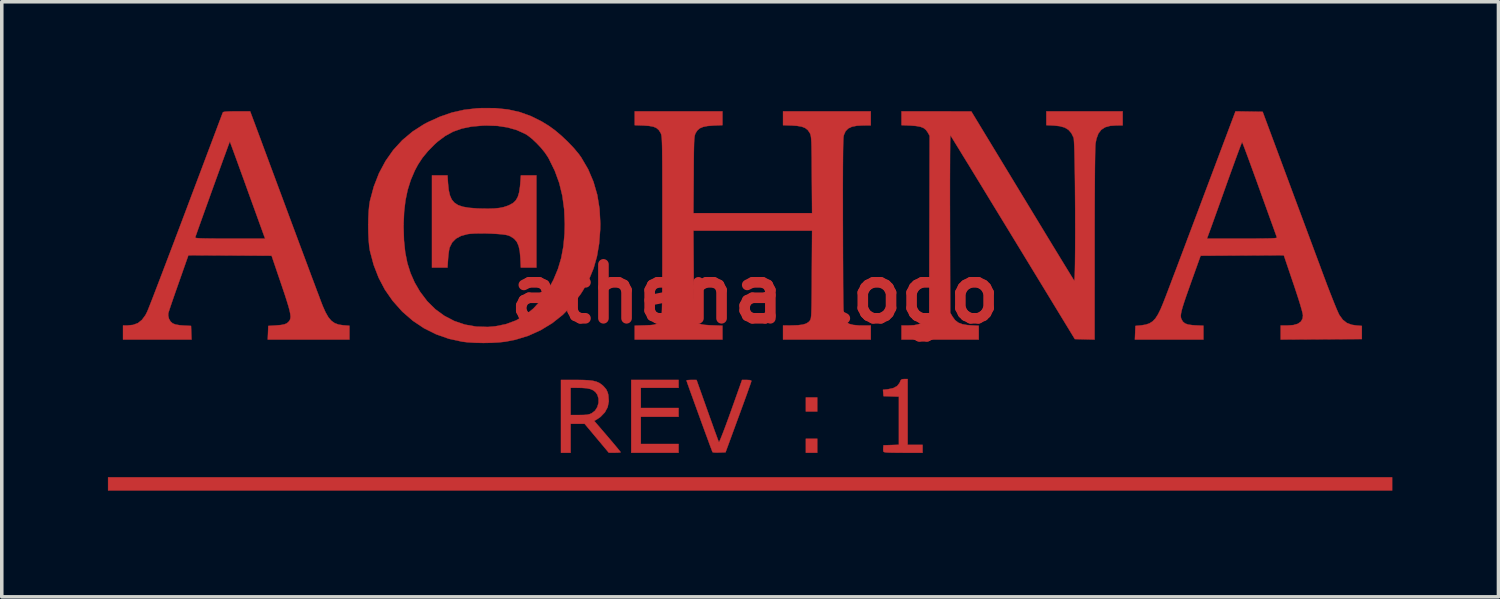
<source format=kicad_pcb>
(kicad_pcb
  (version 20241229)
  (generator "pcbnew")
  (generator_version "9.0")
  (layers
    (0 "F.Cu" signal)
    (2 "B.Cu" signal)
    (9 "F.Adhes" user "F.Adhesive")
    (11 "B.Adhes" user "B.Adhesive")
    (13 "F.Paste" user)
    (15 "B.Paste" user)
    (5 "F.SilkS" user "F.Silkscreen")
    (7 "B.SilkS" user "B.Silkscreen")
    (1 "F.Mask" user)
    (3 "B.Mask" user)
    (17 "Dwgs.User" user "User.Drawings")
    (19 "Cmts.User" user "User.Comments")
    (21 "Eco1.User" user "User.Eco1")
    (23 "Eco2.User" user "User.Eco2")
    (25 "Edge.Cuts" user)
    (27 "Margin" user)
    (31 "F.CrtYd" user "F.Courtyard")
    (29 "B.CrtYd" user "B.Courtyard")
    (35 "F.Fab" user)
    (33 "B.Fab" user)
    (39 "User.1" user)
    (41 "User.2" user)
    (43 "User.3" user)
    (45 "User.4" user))
  (footprint "athena logo"
    (layer "F.Cu")
    (at 18.286 5.256)
    (property "Reference" "athena logo" (at 0 0 0) (layer "F.Cu") (effects (font (size 1.524 1.524) (thickness 0.3))))
    (attr through_hole)
    (fp_poly (pts (xy 1.761 3.324) (xy 1.439 3.324) (xy 1.439 2.927) (xy 1.761 2.927) (xy 1.761 3.324)) (stroke (width 0.01) (type solid)) (fill yes) (layer "F.Cu"))
    (fp_poly (pts (xy 1.761 4.49) (xy 1.439 4.49) (xy 1.439 4.093) (xy 1.761 4.093) (xy 1.761 4.49)) (stroke (width 0.01) (type solid)) (fill yes) (layer "F.Cu"))
    (fp_poly (pts (xy 18.008 5.556) (xy -18.281 5.556) (xy -18.281 5.184) (xy 18.008 5.184) (xy 18.008 5.556)) (stroke (width 0.01) (type solid)) (fill yes) (layer "F.Cu"))
    (fp_poly (pts (xy -2.158 2.654) (xy -3.225 2.654) (xy -3.225 3.225) (xy -2.158 3.225) (xy -2.158 3.473) (xy -3.225 3.473) (xy -3.225 4.242) (xy -2.158 4.242) (xy -2.158 4.49) (xy -3.497 4.49) (xy -3.497 2.431) (xy -2.158 2.431) (xy -2.158 2.654)) (stroke (width 0.01) (type solid)) (fill yes) (layer "F.Cu"))
    (fp_poly (pts (xy 4.316 4.266) (xy 4.738 4.266) (xy 4.738 4.49) (xy 4.191 4.49) (xy 4.008 4.489) (xy 3.868 4.487) (xy 3.767 4.484) (xy 3.698 4.479) (xy 3.656 4.471) (xy 3.635 4.461) (xy 3.631 4.455) (xy 3.624 4.405) (xy 3.626 4.349) (xy 3.634 4.279) (xy 4.068 4.264) (xy 4.068 2.904) (xy 3.634 2.89) (xy 3.626 2.8) (xy 3.619 2.71) (xy 3.763 2.694) (xy 3.911 2.662) (xy 4.018 2.604) (xy 4.085 2.52) (xy 4.096 2.495) (xy 4.122 2.436) (xy 4.158 2.411) (xy 4.222 2.406) (xy 4.316 2.406) (xy 4.316 4.266)) (stroke (width 0.01) (type solid)) (fill yes) (layer "F.Cu"))
    (fp_poly (pts (xy -8.674 -3.119) (xy -8.655 -2.935) (xy -8.621 -2.786) (xy -8.569 -2.667) (xy -8.493 -2.576) (xy -8.389 -2.509) (xy -8.252 -2.463) (xy -8.077 -2.433) (xy -7.86 -2.416) (xy -7.751 -2.412) (xy -7.54 -2.409) (xy -7.369 -2.414) (xy -7.227 -2.428) (xy -7.106 -2.452) (xy -6.996 -2.488) (xy -6.93 -2.516) (xy -6.832 -2.572) (xy -6.758 -2.644) (xy -6.703 -2.74) (xy -6.665 -2.866) (xy -6.64 -3.029) (xy -6.631 -3.132) (xy -6.615 -3.349) (xy -6.176 -3.349) (xy -6.176 -0.744) (xy -6.616 -0.744) (xy -6.629 -1.012) (xy -6.646 -1.205) (xy -6.679 -1.356) (xy -6.731 -1.473) (xy -6.807 -1.56) (xy -6.909 -1.626) (xy -6.971 -1.652) (xy -7.042 -1.669) (xy -7.152 -1.684) (xy -7.29 -1.695) (xy -7.447 -1.704) (xy -7.611 -1.709) (xy -7.773 -1.71) (xy -7.921 -1.707) (xy -8.045 -1.699) (xy -8.124 -1.689) (xy -8.307 -1.639) (xy -8.451 -1.561) (xy -8.556 -1.455) (xy -8.625 -1.318) (xy -8.633 -1.293) (xy -8.646 -1.227) (xy -8.66 -1.129) (xy -8.671 -1.016) (xy -8.674 -0.974) (xy -8.689 -0.744) (xy -9.128 -0.744) (xy -9.128 -3.349) (xy -8.689 -3.349) (xy -8.674 -3.119)) (stroke (width 0.01) (type solid)) (fill yes) (layer "F.Cu"))
    (fp_poly (pts (xy -4.864 2.433) (xy -4.704 2.441) (xy -4.579 2.456) (xy -4.48 2.481) (xy -4.399 2.516) (xy -4.329 2.565) (xy -4.276 2.613) (xy -4.205 2.695) (xy -4.164 2.78) (xy -4.144 2.855) (xy -4.13 3.034) (xy -4.162 3.199) (xy -4.24 3.346) (xy -4.363 3.474) (xy -4.46 3.541) (xy -4.542 3.59) (xy -4.168 4.025) (xy -4.062 4.15) (xy -3.968 4.261) (xy -3.89 4.355) (xy -3.832 4.425) (xy -3.8 4.466) (xy -3.795 4.475) (xy -3.818 4.482) (xy -3.877 4.487) (xy -3.961 4.489) (xy -3.963 4.489) (xy -4.13 4.488) (xy -4.814 3.671) (xy -5.209 3.671) (xy -5.209 4.49) (xy -5.482 4.49) (xy -5.482 3.423) (xy -5.209 3.423) (xy -4.96 3.423) (xy -4.834 3.421) (xy -4.743 3.414) (xy -4.675 3.399) (xy -4.616 3.374) (xy -4.611 3.372) (xy -4.519 3.3) (xy -4.455 3.199) (xy -4.421 3.082) (xy -4.42 2.962) (xy -4.453 2.85) (xy -4.507 2.774) (xy -4.572 2.723) (xy -4.653 2.688) (xy -4.759 2.666) (xy -4.899 2.656) (xy -4.992 2.655) (xy -5.209 2.654) (xy -5.209 3.423) (xy -5.482 3.423) (xy -5.482 2.431) (xy -5.065 2.431) (xy -4.864 2.433)) (stroke (width 0.01) (type solid)) (fill yes) (layer "F.Cu"))
    (fp_poly (pts (xy -0.145 2.436) (xy -0.104 2.451) (xy -0.101 2.462) (xy -0.109 2.491) (xy -0.133 2.562) (xy -0.171 2.669) (xy -0.22 2.808) (xy -0.28 2.974) (xy -0.348 3.161) (xy -0.423 3.365) (xy -0.467 3.485) (xy -0.831 4.477) (xy -1.009 4.484) (xy -1.097 4.486) (xy -1.165 4.481) (xy -1.198 4.473) (xy -1.198 4.472) (xy -1.21 4.444) (xy -1.235 4.376) (xy -1.274 4.274) (xy -1.322 4.142) (xy -1.379 3.988) (xy -1.442 3.816) (xy -1.509 3.633) (xy -1.577 3.445) (xy -1.645 3.257) (xy -1.711 3.076) (xy -1.772 2.906) (xy -1.827 2.755) (xy -1.872 2.628) (xy -1.907 2.53) (xy -1.928 2.468) (xy -1.935 2.447) (xy -1.912 2.438) (xy -1.854 2.433) (xy -1.792 2.431) (xy -1.65 2.432) (xy -1.343 3.296) (xy -1.273 3.493) (xy -1.207 3.676) (xy -1.149 3.84) (xy -1.098 3.978) (xy -1.059 4.086) (xy -1.031 4.158) (xy -1.019 4.189) (xy -1.019 4.189) (xy -1.007 4.174) (xy -0.98 4.116) (xy -0.941 4.02) (xy -0.891 3.892) (xy -0.832 3.736) (xy -0.766 3.557) (xy -0.695 3.36) (xy -0.682 3.325) (xy -0.364 2.431) (xy -0.232 2.431) (xy -0.145 2.436)) (stroke (width 0.01) (type solid)) (fill yes) (layer "F.Cu"))
    (fp_poly (pts (xy 10.393 -4.763) (xy 10.226 -4.762) (xy 10.042 -4.75) (xy 9.897 -4.71) (xy 9.787 -4.638) (xy 9.706 -4.532) (xy 9.652 -4.386) (xy 9.625 -4.249) (xy 9.621 -4.197) (xy 9.617 -4.098) (xy 9.614 -3.954) (xy 9.611 -3.767) (xy 9.608 -3.539) (xy 9.606 -3.274) (xy 9.604 -2.973) (xy 9.602 -2.638) (xy 9.601 -2.272) (xy 9.6 -1.877) (xy 9.6 -1.455) (xy 9.6 -1.394) (xy 9.599 1.291) (xy 9.32 1.284) (xy 9.041 1.277) (xy 7.293 -1.592) (xy 7.082 -1.938) (xy 6.878 -2.272) (xy 6.683 -2.591) (xy 6.498 -2.895) (xy 6.325 -3.179) (xy 6.164 -3.442) (xy 6.018 -3.681) (xy 5.887 -3.893) (xy 5.775 -4.077) (xy 5.681 -4.229) (xy 5.608 -4.348) (xy 5.557 -4.43) (xy 5.529 -4.474) (xy 5.525 -4.481) (xy 5.522 -4.459) (xy 5.52 -4.391) (xy 5.517 -4.28) (xy 5.516 -4.129) (xy 5.514 -3.942) (xy 5.513 -3.721) (xy 5.512 -3.47) (xy 5.511 -3.193) (xy 5.511 -2.892) (xy 5.511 -2.571) (xy 5.512 -2.232) (xy 5.512 -1.983) (xy 5.519 0.533) (xy 5.585 0.645) (xy 5.656 0.742) (xy 5.744 0.811) (xy 5.857 0.856) (xy 6.005 0.881) (xy 6.093 0.888) (xy 6.325 0.9) (xy 6.325 1.29) (xy 4.142 1.29) (xy 4.142 0.893) (xy 4.322 0.893) (xy 4.493 0.885) (xy 4.624 0.858) (xy 4.726 0.808) (xy 4.807 0.73) (xy 4.87 0.633) (xy 4.924 0.533) (xy 4.931 -1.968) (xy 4.937 -4.468) (xy 4.883 -4.565) (xy 4.831 -4.637) (xy 4.765 -4.689) (xy 4.674 -4.724) (xy 4.551 -4.746) (xy 4.397 -4.758) (xy 4.142 -4.769) (xy 4.142 -5.159) (xy 5.128 -5.159) (xy 6.114 -5.158) (xy 7.553 -2.787) (xy 7.744 -2.472) (xy 7.928 -2.169) (xy 8.103 -1.881) (xy 8.268 -1.609) (xy 8.421 -1.357) (xy 8.561 -1.128) (xy 8.685 -0.924) (xy 8.793 -0.748) (xy 8.882 -0.602) (xy 8.951 -0.49) (xy 8.997 -0.415) (xy 9.021 -0.378) (xy 9.023 -0.375) (xy 9.029 -0.391) (xy 9.034 -0.451) (xy 9.039 -0.553) (xy 9.043 -0.691) (xy 9.046 -0.861) (xy 9.048 -1.059) (xy 9.05 -1.28) (xy 9.051 -1.52) (xy 9.052 -1.775) (xy 9.051 -2.04) (xy 9.051 -2.31) (xy 9.049 -2.582) (xy 9.047 -2.851) (xy 9.045 -3.112) (xy 9.042 -3.362) (xy 9.038 -3.596) (xy 9.034 -3.809) (xy 9.03 -3.997) (xy 9.025 -4.156) (xy 9.019 -4.281) (xy 9.013 -4.368) (xy 9.007 -4.413) (xy 9.006 -4.415) (xy 8.941 -4.545) (xy 8.858 -4.639) (xy 8.751 -4.703) (xy 8.61 -4.741) (xy 8.452 -4.758) (xy 8.235 -4.769) (xy 8.235 -5.159) (xy 10.393 -5.159) (xy 10.393 -4.763)) (stroke (width 0.01) (type solid)) (fill yes) (layer "F.Cu"))
    (fp_poly (pts (xy -7.334 -5.249) (xy -6.979 -5.212) (xy -6.647 -5.138) (xy -6.33 -5.024) (xy -6.022 -4.87) (xy -5.82 -4.746) (xy -5.65 -4.622) (xy -5.471 -4.471) (xy -5.294 -4.304) (xy -5.129 -4.132) (xy -4.989 -3.966) (xy -4.911 -3.859) (xy -4.715 -3.524) (xy -4.564 -3.17) (xy -4.456 -2.797) (xy -4.392 -2.402) (xy -4.37 -1.984) (xy -4.374 -1.811) (xy -4.404 -1.419) (xy -4.465 -1.061) (xy -4.559 -0.727) (xy -4.688 -0.412) (xy -4.855 -0.106) (xy -4.929 0.009) (xy -5.162 0.316) (xy -5.431 0.59) (xy -5.73 0.827) (xy -6.056 1.025) (xy -6.405 1.183) (xy -6.774 1.296) (xy -7.051 1.35) (xy -7.233 1.37) (xy -7.447 1.382) (xy -7.676 1.386) (xy -7.903 1.381) (xy -8.112 1.369) (xy -8.272 1.35) (xy -8.65 1.268) (xy -9.011 1.141) (xy -9.352 0.971) (xy -9.669 0.759) (xy -9.956 0.51) (xy -9.982 0.484) (xy -10.241 0.192) (xy -10.458 -0.12) (xy -10.635 -0.456) (xy -10.776 -0.821) (xy -10.881 -1.216) (xy -10.902 -1.351) (xy -10.917 -1.522) (xy -10.926 -1.718) (xy -10.929 -1.885) (xy -9.93 -1.885) (xy -9.919 -1.512) (xy -9.884 -1.175) (xy -9.823 -0.869) (xy -9.734 -0.587) (xy -9.616 -0.32) (xy -9.466 -0.063) (xy -9.465 -0.062) (xy -9.262 0.207) (xy -9.031 0.435) (xy -8.774 0.622) (xy -8.495 0.767) (xy -8.196 0.868) (xy -7.879 0.924) (xy -7.548 0.934) (xy -7.342 0.916) (xy -7.037 0.855) (xy -6.756 0.751) (xy -6.497 0.604) (xy -6.261 0.413) (xy -6.046 0.177) (xy -5.853 -0.102) (xy -5.692 -0.405) (xy -5.567 -0.705) (xy -5.475 -1.014) (xy -5.414 -1.341) (xy -5.381 -1.696) (xy -5.374 -1.972) (xy -5.391 -2.388) (xy -5.443 -2.773) (xy -5.531 -3.135) (xy -5.658 -3.482) (xy -5.824 -3.819) (xy -5.853 -3.87) (xy -5.938 -3.996) (xy -6.047 -4.13) (xy -6.171 -4.262) (xy -6.299 -4.382) (xy -6.42 -4.477) (xy -6.492 -4.522) (xy -6.733 -4.631) (xy -6.992 -4.705) (xy -7.274 -4.748) (xy -7.587 -4.759) (xy -7.698 -4.756) (xy -8.007 -4.729) (xy -8.282 -4.673) (xy -8.529 -4.586) (xy -8.755 -4.463) (xy -8.968 -4.303) (xy -9.049 -4.23) (xy -9.24 -4.036) (xy -9.396 -3.847) (xy -9.524 -3.652) (xy -9.613 -3.485) (xy -9.728 -3.216) (xy -9.815 -2.938) (xy -9.877 -2.642) (xy -9.915 -2.32) (xy -9.93 -1.963) (xy -9.93 -1.885) (xy -10.929 -1.885) (xy -10.929 -1.926) (xy -10.926 -2.134) (xy -10.917 -2.329) (xy -10.901 -2.499) (xy -10.881 -2.626) (xy -10.772 -3.033) (xy -10.625 -3.41) (xy -10.441 -3.754) (xy -10.222 -4.066) (xy -9.967 -4.344) (xy -9.677 -4.587) (xy -9.355 -4.794) (xy -9.243 -4.853) (xy -8.9 -5.009) (xy -8.567 -5.124) (xy -8.229 -5.201) (xy -7.875 -5.243) (xy -7.719 -5.251) (xy -7.334 -5.249)) (stroke (width 0.01) (type solid)) (fill yes) (layer "F.Cu"))
    (fp_poly (pts (xy 14.349 -5.147) (xy 15.05 -3.262) (xy 15.169 -2.941) (xy 15.291 -2.613) (xy 15.414 -2.283) (xy 15.535 -1.958) (xy 15.652 -1.643) (xy 15.763 -1.345) (xy 15.865 -1.07) (xy 15.957 -0.824) (xy 16.035 -0.613) (xy 16.092 -0.46) (xy 16.17 -0.252) (xy 16.247 -0.052) (xy 16.32 0.133) (xy 16.385 0.296) (xy 16.441 0.432) (xy 16.486 0.534) (xy 16.516 0.597) (xy 16.52 0.602) (xy 16.615 0.732) (xy 16.728 0.821) (xy 16.867 0.873) (xy 16.989 0.891) (xy 17.152 0.905) (xy 17.152 1.277) (xy 14.858 1.29) (xy 14.858 0.893) (xy 15.045 0.893) (xy 15.216 0.881) (xy 15.345 0.844) (xy 15.432 0.781) (xy 15.479 0.692) (xy 15.488 0.607) (xy 15.479 0.552) (xy 15.454 0.454) (xy 15.415 0.317) (xy 15.362 0.146) (xy 15.296 -0.057) (xy 15.22 -0.286) (xy 15.216 -0.296) (xy 14.947 -1.092) (xy 12.595 -1.079) (xy 12.324 -0.322) (xy 12.241 -0.088) (xy 12.173 0.105) (xy 12.121 0.261) (xy 12.082 0.385) (xy 12.056 0.483) (xy 12.041 0.558) (xy 12.035 0.616) (xy 12.038 0.662) (xy 12.048 0.701) (xy 12.053 0.712) (xy 12.094 0.784) (xy 12.154 0.834) (xy 12.239 0.866) (xy 12.36 0.883) (xy 12.445 0.889) (xy 12.675 0.899) (xy 12.675 1.29) (xy 10.738 1.29) (xy 10.746 1.098) (xy 10.753 0.905) (xy 10.917 0.889) (xy 11.043 0.869) (xy 11.148 0.834) (xy 11.238 0.777) (xy 11.318 0.694) (xy 11.392 0.578) (xy 11.468 0.424) (xy 11.539 0.253) (xy 11.566 0.184) (xy 11.61 0.071) (xy 11.668 -0.081) (xy 11.739 -0.268) (xy 11.822 -0.488) (xy 11.917 -0.737) (xy 12.02 -1.011) (xy 12.132 -1.307) (xy 12.228 -1.563) (xy 12.775 -1.563) (xy 13.769 -1.563) (xy 14.027 -1.563) (xy 14.238 -1.564) (xy 14.408 -1.566) (xy 14.539 -1.568) (xy 14.635 -1.572) (xy 14.7 -1.577) (xy 14.738 -1.583) (xy 14.752 -1.591) (xy 14.752 -1.594) (xy 14.742 -1.622) (xy 14.716 -1.693) (xy 14.677 -1.802) (xy 14.626 -1.945) (xy 14.563 -2.118) (xy 14.492 -2.316) (xy 14.413 -2.535) (xy 14.328 -2.77) (xy 14.261 -2.958) (xy 14.173 -3.203) (xy 14.089 -3.433) (xy 14.012 -3.644) (xy 13.943 -3.833) (xy 13.883 -3.995) (xy 13.834 -4.126) (xy 13.797 -4.221) (xy 13.775 -4.277) (xy 13.768 -4.291) (xy 13.757 -4.268) (xy 13.731 -4.203) (xy 13.692 -4.1) (xy 13.641 -3.963) (xy 13.58 -3.797) (xy 13.511 -3.606) (xy 13.434 -3.394) (xy 13.352 -3.166) (xy 13.322 -3.082) (xy 13.237 -2.843) (xy 13.155 -2.613) (xy 13.078 -2.399) (xy 13.008 -2.204) (xy 12.947 -2.034) (xy 12.897 -1.895) (xy 12.859 -1.79) (xy 12.836 -1.726) (xy 12.832 -1.718) (xy 12.775 -1.563) (xy 12.228 -1.563) (xy 12.25 -1.621) (xy 12.374 -1.95) (xy 12.502 -2.29) (xy 12.627 -2.623) (xy 13.581 -5.159) (xy 14.349 -5.147)) (stroke (width 0.01) (type solid)) (fill yes) (layer "F.Cu"))
    (fp_poly (pts (xy -14.213 -5.017) (xy -14.197 -4.974) (xy -14.165 -4.889) (xy -14.118 -4.763) (xy -14.058 -4.601) (xy -13.985 -4.405) (xy -13.901 -4.178) (xy -13.807 -3.925) (xy -13.704 -3.647) (xy -13.593 -3.349) (xy -13.476 -3.034) (xy -13.353 -2.704) (xy -13.229 -2.369) (xy -13.102 -2.027) (xy -12.978 -1.695) (xy -12.86 -1.377) (xy -12.747 -1.075) (xy -12.642 -0.794) (xy -12.546 -0.535) (xy -12.459 -0.304) (xy -12.384 -0.103) (xy -12.32 0.065) (xy -12.271 0.197) (xy -12.236 0.288) (xy -12.218 0.335) (xy -12.137 0.518) (xy -12.057 0.658) (xy -11.972 0.759) (xy -11.876 0.827) (xy -11.764 0.868) (xy -11.633 0.887) (xy -11.46 0.9) (xy -11.46 1.29) (xy -13.769 1.29) (xy -13.761 1.098) (xy -13.754 0.905) (xy -13.531 0.891) (xy -13.395 0.879) (xy -13.298 0.86) (xy -13.23 0.832) (xy -13.181 0.789) (xy -13.16 0.763) (xy -13.14 0.728) (xy -13.128 0.685) (xy -13.125 0.632) (xy -13.133 0.562) (xy -13.151 0.472) (xy -13.182 0.356) (xy -13.227 0.209) (xy -13.285 0.027) (xy -13.36 -0.195) (xy -13.391 -0.287) (xy -13.66 -1.079) (xy -16.012 -1.092) (xy -16.289 -0.304) (xy -16.356 -0.114) (xy -16.418 0.064) (xy -16.473 0.223) (xy -16.519 0.358) (xy -16.553 0.462) (xy -16.575 0.53) (xy -16.581 0.552) (xy -16.581 0.621) (xy -16.562 0.699) (xy -16.56 0.705) (xy -16.517 0.779) (xy -16.458 0.832) (xy -16.373 0.866) (xy -16.252 0.886) (xy -16.162 0.893) (xy -15.937 0.905) (xy -15.93 1.098) (xy -15.923 1.29) (xy -17.859 1.29) (xy -17.859 0.893) (xy -17.742 0.893) (xy -17.575 0.876) (xy -17.438 0.825) (xy -17.324 0.734) (xy -17.226 0.601) (xy -17.181 0.513) (xy -17.161 0.467) (xy -17.125 0.377) (xy -17.074 0.248) (xy -17.009 0.081) (xy -16.932 -0.12) (xy -16.843 -0.352) (xy -16.744 -0.611) (xy -16.636 -0.895) (xy -16.52 -1.2) (xy -16.397 -1.523) (xy -16.371 -1.594) (xy -15.82 -1.594) (xy -15.813 -1.586) (xy -15.784 -1.579) (xy -15.729 -1.574) (xy -15.644 -1.57) (xy -15.526 -1.567) (xy -15.371 -1.565) (xy -15.174 -1.563) (xy -14.934 -1.563) (xy -14.836 -1.563) (xy -13.842 -1.563) (xy -13.869 -1.631) (xy -13.882 -1.667) (xy -13.91 -1.744) (xy -13.952 -1.86) (xy -14.006 -2.009) (xy -14.07 -2.186) (xy -14.143 -2.388) (xy -14.223 -2.609) (xy -14.309 -2.846) (xy -14.364 -2.999) (xy -14.451 -3.241) (xy -14.534 -3.468) (xy -14.609 -3.677) (xy -14.677 -3.863) (xy -14.735 -4.022) (xy -14.782 -4.15) (xy -14.816 -4.242) (xy -14.835 -4.295) (xy -14.84 -4.306) (xy -14.849 -4.284) (xy -14.873 -4.221) (xy -14.91 -4.121) (xy -14.958 -3.988) (xy -15.017 -3.828) (xy -15.083 -3.646) (xy -15.155 -3.447) (xy -15.232 -3.235) (xy -15.311 -3.016) (xy -15.391 -2.794) (xy -15.47 -2.573) (xy -15.547 -2.36) (xy -15.619 -2.159) (xy -15.685 -1.975) (xy -15.743 -1.812) (xy -15.791 -1.676) (xy -15.82 -1.594) (xy -16.371 -1.594) (xy -16.269 -1.862) (xy -16.137 -2.212) (xy -16.073 -2.381) (xy -15.941 -2.733) (xy -15.813 -3.072) (xy -15.691 -3.395) (xy -15.576 -3.7) (xy -15.47 -3.983) (xy -15.372 -4.242) (xy -15.285 -4.473) (xy -15.209 -4.675) (xy -15.146 -4.843) (xy -15.096 -4.975) (xy -15.061 -5.068) (xy -15.042 -5.119) (xy -15.038 -5.128) (xy -15.019 -5.141) (xy -14.969 -5.15) (xy -14.882 -5.156) (xy -14.755 -5.159) (xy -14.646 -5.159) (xy -14.266 -5.159) (xy -14.213 -5.017)) (stroke (width 0.01) (type solid)) (fill yes) (layer "F.Cu"))
    (fp_poly (pts (xy -0.918 -4.769) (xy -1.175 -4.758) (xy -1.34 -4.745) (xy -1.465 -4.72) (xy -1.557 -4.681) (xy -1.625 -4.623) (xy -1.673 -4.55) (xy -1.685 -4.525) (xy -1.695 -4.497) (xy -1.704 -4.462) (xy -1.71 -4.415) (xy -1.716 -4.351) (xy -1.72 -4.266) (xy -1.723 -4.155) (xy -1.726 -4.013) (xy -1.728 -3.836) (xy -1.73 -3.618) (xy -1.731 -3.367) (xy -1.739 -2.282) (xy 1.615 -2.282) (xy 1.607 -3.367) (xy 1.605 -3.628) (xy 1.604 -3.844) (xy 1.601 -4.02) (xy 1.599 -4.161) (xy 1.596 -4.271) (xy 1.591 -4.355) (xy 1.586 -4.417) (xy 1.579 -4.464) (xy 1.571 -4.498) (xy 1.561 -4.526) (xy 1.549 -4.55) (xy 1.494 -4.63) (xy 1.422 -4.687) (xy 1.325 -4.726) (xy 1.193 -4.749) (xy 1.048 -4.759) (xy 0.794 -4.768) (xy 0.794 -5.159) (xy 3.274 -5.159) (xy 3.274 -4.763) (xy 3.07 -4.762) (xy 2.884 -4.753) (xy 2.741 -4.725) (xy 2.635 -4.674) (xy 2.562 -4.599) (xy 2.516 -4.496) (xy 2.506 -4.457) (xy 2.501 -4.412) (xy 2.497 -4.328) (xy 2.493 -4.204) (xy 2.49 -4.038) (xy 2.488 -3.83) (xy 2.486 -3.578) (xy 2.485 -3.282) (xy 2.484 -2.941) (xy 2.485 -2.552) (xy 2.485 -2.115) (xy 2.486 -1.834) (xy 2.487 -1.426) (xy 2.488 -1.064) (xy 2.49 -0.746) (xy 2.491 -0.469) (xy 2.492 -0.23) (xy 2.494 -0.025) (xy 2.496 0.147) (xy 2.498 0.29) (xy 2.501 0.407) (xy 2.504 0.5) (xy 2.508 0.573) (xy 2.512 0.629) (xy 2.517 0.67) (xy 2.523 0.7) (xy 2.529 0.721) (xy 2.535 0.735) (xy 2.588 0.801) (xy 2.667 0.848) (xy 2.778 0.877) (xy 2.928 0.891) (xy 3.027 0.893) (xy 3.274 0.893) (xy 3.274 1.29) (xy 0.794 1.29) (xy 0.794 0.893) (xy 1.048 0.891) (xy 1.22 0.885) (xy 1.351 0.868) (xy 1.447 0.839) (xy 1.515 0.796) (xy 1.548 0.761) (xy 1.559 0.744) (xy 1.569 0.724) (xy 1.578 0.698) (xy 1.584 0.661) (xy 1.59 0.608) (xy 1.594 0.536) (xy 1.597 0.44) (xy 1.6 0.316) (xy 1.602 0.159) (xy 1.604 -0.034) (xy 1.606 -0.269) (xy 1.607 -0.547) (xy 1.615 -1.786) (xy -1.739 -1.786) (xy -1.731 -0.564) (xy -1.73 -0.275) (xy -1.728 -0.03) (xy -1.725 0.172) (xy -1.722 0.338) (xy -1.717 0.471) (xy -1.71 0.575) (xy -1.701 0.654) (xy -1.688 0.712) (xy -1.673 0.755) (xy -1.654 0.785) (xy -1.63 0.806) (xy -1.602 0.824) (xy -1.576 0.838) (xy -1.516 0.859) (xy -1.424 0.875) (xy -1.293 0.885) (xy -1.209 0.888) (xy -0.918 0.898) (xy -0.918 1.29) (xy -3.398 1.29) (xy -3.398 0.898) (xy -3.103 0.889) (xy -2.962 0.883) (xy -2.86 0.872) (xy -2.788 0.852) (xy -2.736 0.819) (xy -2.694 0.769) (xy -2.658 0.707) (xy -2.651 0.692) (xy -2.645 0.67) (xy -2.64 0.638) (xy -2.636 0.593) (xy -2.632 0.533) (xy -2.628 0.455) (xy -2.626 0.355) (xy -2.623 0.232) (xy -2.621 0.081) (xy -2.62 -0.1) (xy -2.619 -0.313) (xy -2.618 -0.562) (xy -2.617 -0.849) (xy -2.617 -1.178) (xy -2.617 -1.551) (xy -2.617 -1.91) (xy -2.617 -2.321) (xy -2.617 -2.685) (xy -2.617 -3.006) (xy -2.618 -3.285) (xy -2.618 -3.527) (xy -2.619 -3.734) (xy -2.621 -3.909) (xy -2.622 -4.055) (xy -2.624 -4.175) (xy -2.627 -4.272) (xy -2.63 -4.348) (xy -2.634 -4.408) (xy -2.639 -4.453) (xy -2.644 -4.486) (xy -2.65 -4.511) (xy -2.657 -4.531) (xy -2.665 -4.548) (xy -2.667 -4.551) (xy -2.717 -4.631) (xy -2.783 -4.688) (xy -2.871 -4.726) (xy -2.992 -4.748) (xy -3.144 -4.759) (xy -3.398 -4.768) (xy -3.398 -5.159) (xy -0.918 -5.159) (xy -0.918 -4.769)) (stroke (width 0.01) (type solid)) (fill yes) (layer "F.Cu")))
  (gr_rect
    (start -3 -3)
    (end 39.299 13.818)
    (stroke (width 0.1) (type default))
    (fill no)
    (layer "Edge.Cuts")))
</source>
